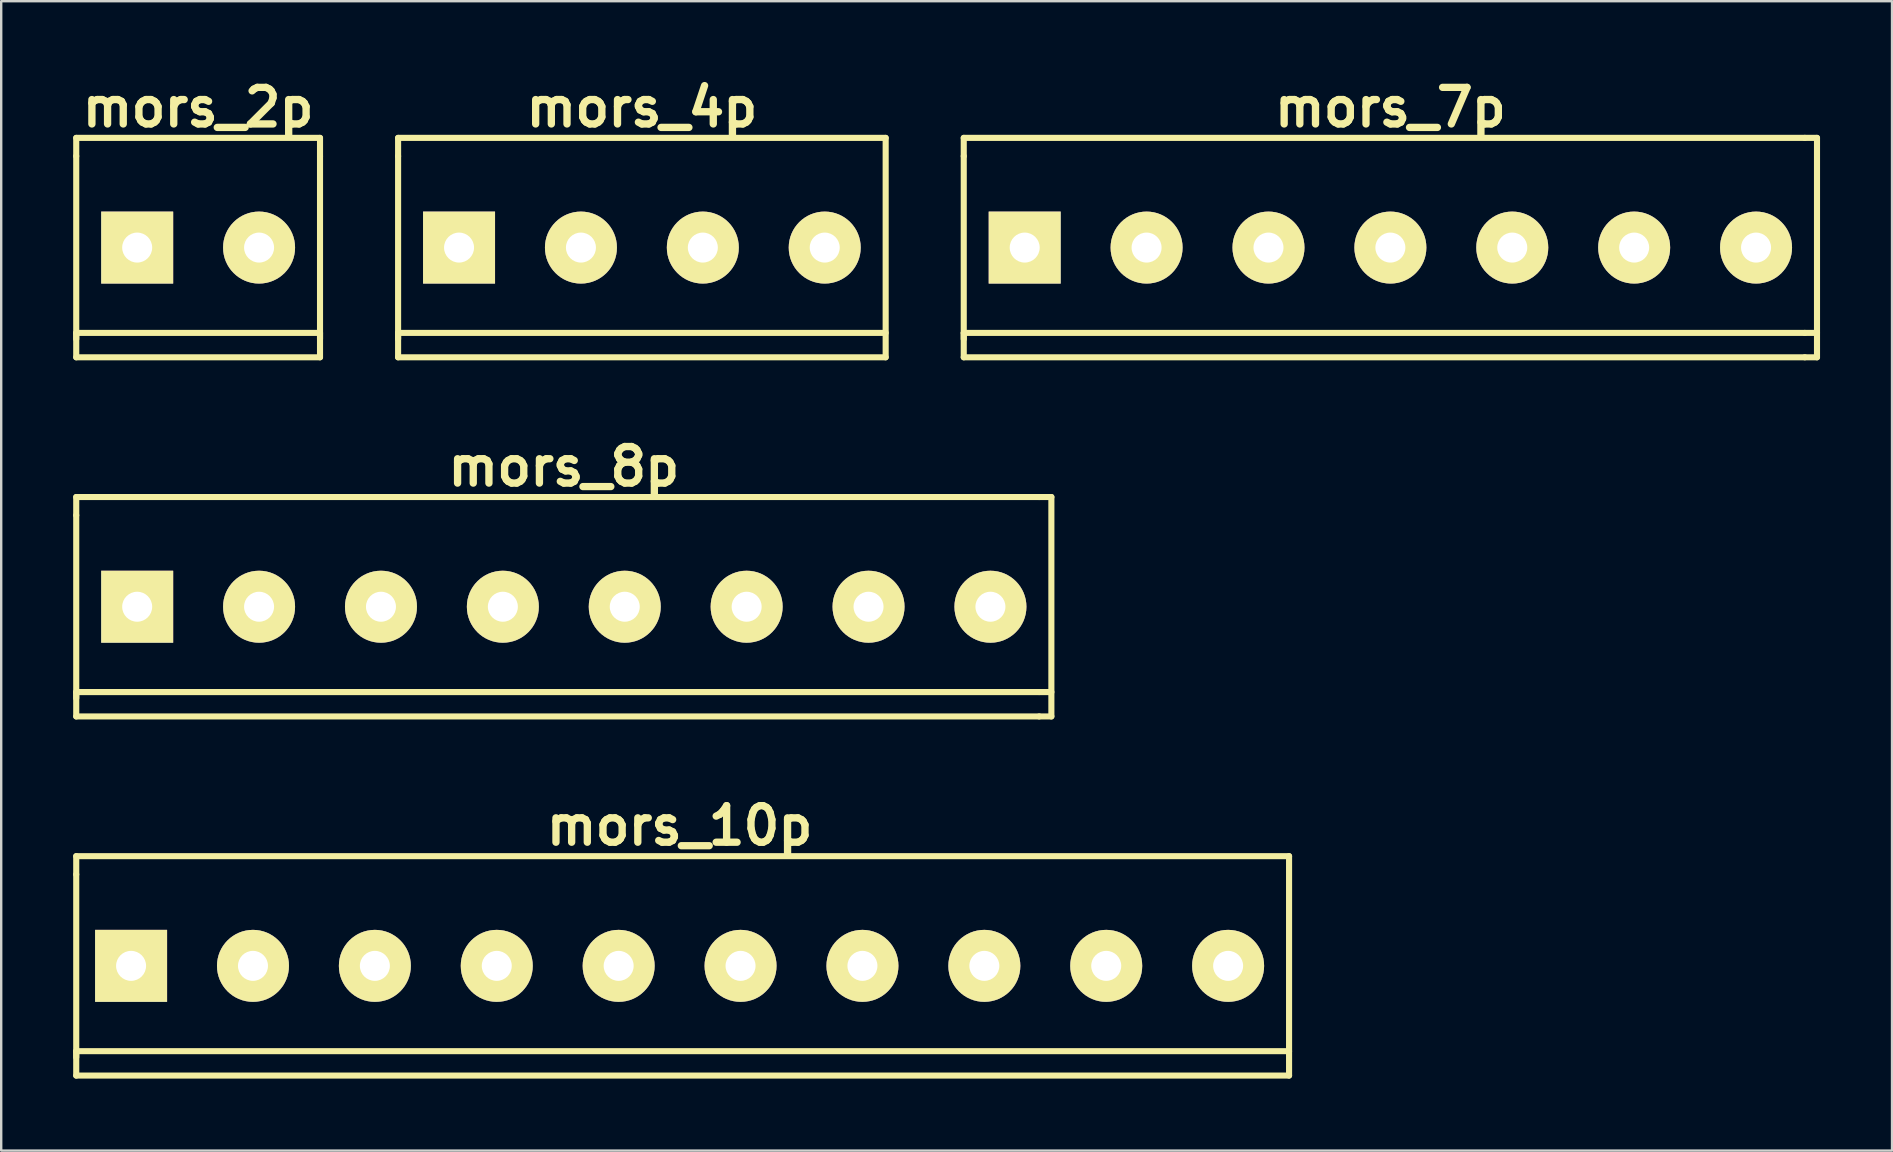
<source format=kicad_pcb>
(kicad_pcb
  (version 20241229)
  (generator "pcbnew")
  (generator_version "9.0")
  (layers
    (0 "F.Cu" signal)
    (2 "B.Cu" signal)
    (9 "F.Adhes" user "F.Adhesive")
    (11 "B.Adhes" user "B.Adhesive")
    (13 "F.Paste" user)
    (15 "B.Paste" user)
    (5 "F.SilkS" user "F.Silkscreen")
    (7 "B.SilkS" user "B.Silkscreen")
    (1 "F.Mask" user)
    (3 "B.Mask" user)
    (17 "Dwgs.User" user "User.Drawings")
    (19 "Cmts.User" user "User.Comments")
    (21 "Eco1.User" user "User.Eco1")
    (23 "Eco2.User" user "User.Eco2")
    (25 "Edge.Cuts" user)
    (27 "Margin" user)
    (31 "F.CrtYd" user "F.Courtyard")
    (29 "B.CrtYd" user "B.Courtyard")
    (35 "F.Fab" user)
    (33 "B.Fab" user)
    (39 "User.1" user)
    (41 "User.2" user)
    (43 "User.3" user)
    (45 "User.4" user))
  (footprint "mors_7p"
    (layer "F.Cu")
    (at 54.895 7.268)
    (property "Reference" "mors_7p" (at 0 -5.842 0) (layer "F.SilkS") (effects (font (size 1.524 1.524) (thickness 0.305))))
    (attr through_hole)
    (fp_line (start -17.78 -4.572) (end -17.78 -3.81) (stroke (width 0.254) (type solid)) (layer "F.SilkS"))
    (fp_line (start -17.78 -4.572) (end 17.272 -4.572) (stroke (width 0.254) (type solid)) (layer "F.SilkS"))
    (fp_line (start -17.78 3.81) (end -17.78 -3.81) (stroke (width 0.254) (type solid)) (layer "F.SilkS"))
    (fp_line (start -17.78 4.572) (end -17.78 3.556) (stroke (width 0.254) (type solid)) (layer "F.SilkS"))
    (fp_line (start 17.272 -4.572) (end 17.78 -4.572) (stroke (width 0.254) (type solid)) (layer "F.SilkS"))
    (fp_line (start 17.272 3.556) (end -17.78 3.556) (stroke (width 0.254) (type solid)) (layer "F.SilkS"))
    (fp_line (start 17.272 3.556) (end 17.78 3.556) (stroke (width 0.254) (type solid)) (layer "F.SilkS"))
    (fp_line (start 17.272 4.572) (end -17.78 4.572) (stroke (width 0.254) (type solid)) (layer "F.SilkS"))
    (fp_line (start 17.272 4.572) (end 17.78 4.572) (stroke (width 0.254) (type solid)) (layer "F.SilkS"))
    (fp_line (start 17.78 -4.572) (end 17.78 4.572) (stroke (width 0.254) (type solid)) (layer "F.SilkS"))
    (pad "1" thru_hole rect (at -15.24 0) (size 3 3) (drill 1.25) (layers "*.Cu" "*.Mask" "F.SilkS"))
    (pad "2" thru_hole circle (at -10.16 0) (size 3 3) (drill 1.25) (layers "*.Cu" "*.Mask" "F.SilkS"))
    (pad "3" thru_hole circle (at -5.08 0) (size 3 3) (drill 1.25) (layers "*.Cu" "*.Mask" "F.SilkS"))
    (pad "4" thru_hole circle (at 0 0) (size 3 3) (drill 1.25) (layers "*.Cu" "*.Mask" "F.SilkS"))
    (pad "5" thru_hole circle (at 5.08 0) (size 3 3) (drill 1.25) (layers "*.Cu" "*.Mask" "F.SilkS"))
    (pad "6" thru_hole circle (at 10.16 0) (size 3 3) (drill 1.25) (layers "*.Cu" "*.Mask" "F.SilkS"))
    (pad "7" thru_hole circle (at 15.24 0) (size 3 3) (drill 1.25) (layers "*.Cu" "*.Mask" "F.SilkS")))
  (footprint "mors_10p"
    (layer "F.Cu")
    (at 25.273 37.203)
    (property "Reference" "mors_10p" (at 0 -5.842 0) (layer "F.SilkS") (effects (font (size 1.524 1.524) (thickness 0.305))))
    (attr through_hole)
    (fp_line (start -25.146 -4.572) (end -25.146 -3.81) (stroke (width 0.254) (type solid)) (layer "F.SilkS"))
    (fp_line (start -25.146 -4.572) (end 25.4 -4.572) (stroke (width 0.254) (type solid)) (layer "F.SilkS"))
    (fp_line (start -25.146 3.81) (end -25.146 -3.81) (stroke (width 0.254) (type solid)) (layer "F.SilkS"))
    (fp_line (start -25.146 4.572) (end -25.146 3.556) (stroke (width 0.254) (type solid)) (layer "F.SilkS"))
    (fp_line (start -25.146 4.572) (end 25.4 4.572) (stroke (width 0.254) (type solid)) (layer "F.SilkS"))
    (fp_line (start 25.4 -4.572) (end 25.4 4.572) (stroke (width 0.254) (type solid)) (layer "F.SilkS"))
    (fp_line (start 25.4 3.556) (end -25.146 3.556) (stroke (width 0.254) (type solid)) (layer "F.SilkS"))
    (pad "1" thru_hole rect (at -22.86 0) (size 3 3) (drill 1.25) (layers "*.Cu" "*.Mask" "F.SilkS"))
    (pad "2" thru_hole circle (at -17.78 0) (size 3 3) (drill 1.25) (layers "*.Cu" "*.Mask" "F.SilkS"))
    (pad "3" thru_hole circle (at -12.7 0) (size 3 3) (drill 1.25) (layers "*.Cu" "*.Mask" "F.SilkS"))
    (pad "4" thru_hole circle (at -7.62 0) (size 3 3) (drill 1.25) (layers "*.Cu" "*.Mask" "F.SilkS"))
    (pad "5" thru_hole circle (at -2.54 0) (size 3 3) (drill 1.25) (layers "*.Cu" "*.Mask" "F.SilkS"))
    (pad "6" thru_hole circle (at 2.54 0) (size 3 3) (drill 1.25) (layers "*.Cu" "*.Mask" "F.SilkS"))
    (pad "7" thru_hole circle (at 7.62 0) (size 3 3) (drill 1.25) (layers "*.Cu" "*.Mask" "F.SilkS"))
    (pad "8" thru_hole circle (at 12.7 0) (size 3 3) (drill 1.25) (layers "*.Cu" "*.Mask" "F.SilkS"))
    (pad "9" thru_hole circle (at 17.78 0) (size 3 3) (drill 1.25) (layers "*.Cu" "*.Mask" "F.SilkS"))
    (pad "10" thru_hole circle (at 22.86 0) (size 3 3) (drill 1.25) (layers "*.Cu" "*.Mask" "F.SilkS")))
  (footprint "mors_2p"
    (layer "F.Cu")
    (at 5.207 7.268)
    (property "Reference" "mors_2p" (at 0 -5.842 0) (layer "F.SilkS") (effects (font (size 1.524 1.524) (thickness 0.305))))
    (attr through_hole)
    (fp_line (start -5.08 -4.572) (end -5.08 -3.81) (stroke (width 0.254) (type solid)) (layer "F.SilkS"))
    (fp_line (start -5.08 -3.81) (end -5.08 3.81) (stroke (width 0.254) (type solid)) (layer "F.SilkS"))
    (fp_line (start -5.08 3.556) (end 5.08 3.556) (stroke (width 0.254) (type solid)) (layer "F.SilkS"))
    (fp_line (start -5.08 4.572) (end -5.08 3.556) (stroke (width 0.254) (type solid)) (layer "F.SilkS"))
    (fp_line (start 5.08 -4.572) (end -5.08 -4.572) (stroke (width 0.254) (type solid)) (layer "F.SilkS"))
    (fp_line (start 5.08 -3.81) (end 5.08 -4.572) (stroke (width 0.254) (type solid)) (layer "F.SilkS"))
    (fp_line (start 5.08 3.556) (end 5.08 4.572) (stroke (width 0.254) (type solid)) (layer "F.SilkS"))
    (fp_line (start 5.08 3.81) (end 5.08 -3.81) (stroke (width 0.254) (type solid)) (layer "F.SilkS"))
    (fp_line (start 5.08 4.572) (end -5.08 4.572) (stroke (width 0.254) (type solid)) (layer "F.SilkS"))
    (pad "1" thru_hole rect (at -2.54 0) (size 3 3) (drill 1.25) (layers "*.Cu" "*.Mask" "F.SilkS"))
    (pad "2" thru_hole circle (at 2.54 0) (size 3 3) (drill 1.25) (layers "*.Cu" "*.Mask" "F.SilkS")))
  (footprint "mors_4p"
    (layer "F.Cu")
    (at 23.701 7.268)
    (property "Reference" "mors_4p" (at 0 -5.842 0) (layer "F.SilkS") (effects (font (size 1.524 1.524) (thickness 0.305))))
    (attr through_hole)
    (fp_line (start -10.16 -4.572) (end -10.16 -3.81) (stroke (width 0.254) (type solid)) (layer "F.SilkS"))
    (fp_line (start -10.16 3.556) (end 10.16 3.556) (stroke (width 0.254) (type solid)) (layer "F.SilkS"))
    (fp_line (start -10.16 3.81) (end -10.16 -3.81) (stroke (width 0.254) (type solid)) (layer "F.SilkS"))
    (fp_line (start -10.16 4.572) (end -10.16 3.556) (stroke (width 0.254) (type solid)) (layer "F.SilkS"))
    (fp_line (start 10.16 -4.572) (end -10.16 -4.572) (stroke (width 0.254) (type solid)) (layer "F.SilkS"))
    (fp_line (start 10.16 -4.572) (end 10.16 4.572) (stroke (width 0.254) (type solid)) (layer "F.SilkS"))
    (fp_line (start 10.16 4.572) (end -10.16 4.572) (stroke (width 0.254) (type solid)) (layer "F.SilkS"))
    (pad "1" thru_hole rect (at -7.62 0) (size 3 3) (drill 1.25) (layers "*.Cu" "*.Mask" "F.SilkS"))
    (pad "2" thru_hole circle (at -2.54 0) (size 3 3) (drill 1.25) (layers "*.Cu" "*.Mask" "F.SilkS"))
    (pad "3" thru_hole circle (at 2.54 0) (size 3 3) (drill 1.25) (layers "*.Cu" "*.Mask" "F.SilkS"))
    (pad "4" thru_hole circle (at 7.62 0) (size 3 3) (drill 1.25) (layers "*.Cu" "*.Mask" "F.SilkS")))
  (footprint "mors_8p"
    (layer "F.Cu")
    (at 20.447 22.236)
    (property "Reference" "mors_8p" (at 0 -5.842 0) (layer "F.SilkS") (effects (font (size 1.524 1.524) (thickness 0.305))))
    (attr through_hole)
    (fp_line (start -20.32 -4.572) (end -20.32 -3.81) (stroke (width 0.254) (type solid)) (layer "F.SilkS"))
    (fp_line (start -20.32 -4.572) (end 19.812 -4.572) (stroke (width 0.254) (type solid)) (layer "F.SilkS"))
    (fp_line (start -20.32 3.556) (end 19.812 3.556) (stroke (width 0.254) (type solid)) (layer "F.SilkS"))
    (fp_line (start -20.32 3.81) (end -20.32 -3.81) (stroke (width 0.254) (type solid)) (layer "F.SilkS"))
    (fp_line (start -20.32 4.572) (end -20.32 3.556) (stroke (width 0.254) (type solid)) (layer "F.SilkS"))
    (fp_line (start 19.812 -4.572) (end 20.32 -4.572) (stroke (width 0.254) (type solid)) (layer "F.SilkS"))
    (fp_line (start 19.812 3.556) (end 20.32 3.556) (stroke (width 0.254) (type solid)) (layer "F.SilkS"))
    (fp_line (start 19.812 4.572) (end -20.32 4.572) (stroke (width 0.254) (type solid)) (layer "F.SilkS"))
    (fp_line (start 20.32 -4.572) (end 20.32 4.572) (stroke (width 0.254) (type solid)) (layer "F.SilkS"))
    (fp_line (start 20.32 4.572) (end 19.812 4.572) (stroke (width 0.254) (type solid)) (layer "F.SilkS"))
    (pad "1" thru_hole rect (at -17.78 0) (size 3 3) (drill 1.25) (layers "*.Cu" "*.Mask" "F.SilkS"))
    (pad "2" thru_hole circle (at -12.7 0) (size 3 3) (drill 1.25) (layers "*.Cu" "*.Mask" "F.SilkS"))
    (pad "3" thru_hole circle (at -7.62 0) (size 3 3) (drill 1.25) (layers "*.Cu" "*.Mask" "F.SilkS"))
    (pad "4" thru_hole circle (at -2.54 0) (size 3 3) (drill 1.25) (layers "*.Cu" "*.Mask" "F.SilkS"))
    (pad "5" thru_hole circle (at 2.54 0) (size 3 3) (drill 1.25) (layers "*.Cu" "*.Mask" "F.SilkS"))
    (pad "6" thru_hole circle (at 7.62 0) (size 3 3) (drill 1.25) (layers "*.Cu" "*.Mask" "F.SilkS"))
    (pad "7" thru_hole circle (at 12.7 0) (size 3 3) (drill 1.25) (layers "*.Cu" "*.Mask" "F.SilkS"))
    (pad "8" thru_hole circle (at 17.78 0) (size 3 3) (drill 1.25) (layers "*.Cu" "*.Mask" "F.SilkS")))
  (gr_rect
    (start -3 -3)
    (end 75.802 44.902)
    (stroke (width 0.1) (type default))
    (fill no)
    (layer "Edge.Cuts")))
</source>
